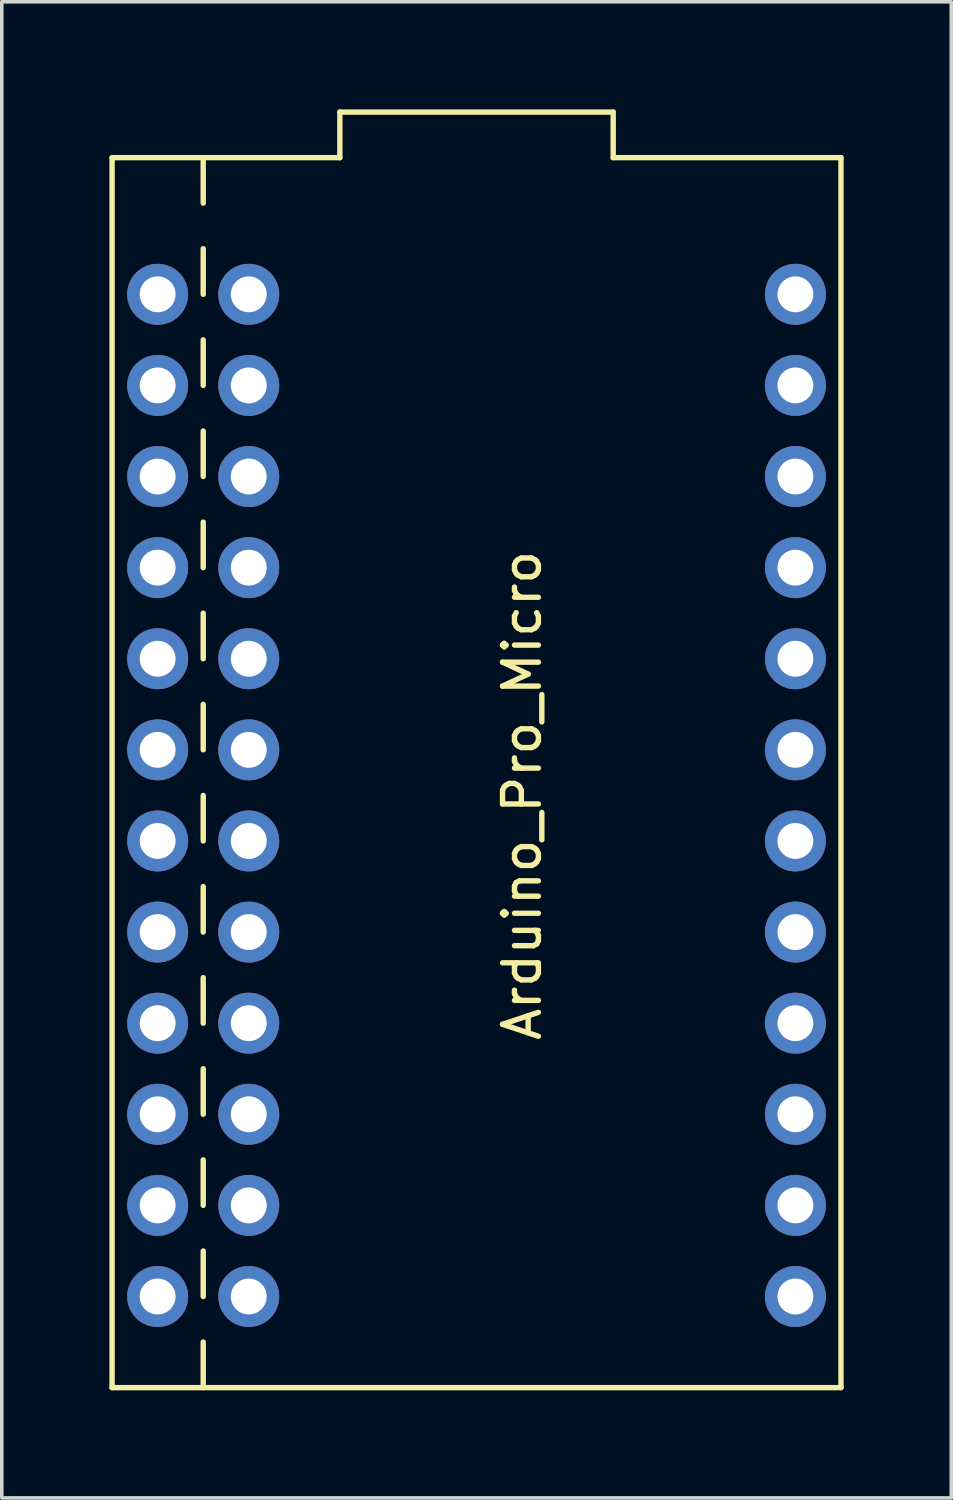
<source format=kicad_pcb>
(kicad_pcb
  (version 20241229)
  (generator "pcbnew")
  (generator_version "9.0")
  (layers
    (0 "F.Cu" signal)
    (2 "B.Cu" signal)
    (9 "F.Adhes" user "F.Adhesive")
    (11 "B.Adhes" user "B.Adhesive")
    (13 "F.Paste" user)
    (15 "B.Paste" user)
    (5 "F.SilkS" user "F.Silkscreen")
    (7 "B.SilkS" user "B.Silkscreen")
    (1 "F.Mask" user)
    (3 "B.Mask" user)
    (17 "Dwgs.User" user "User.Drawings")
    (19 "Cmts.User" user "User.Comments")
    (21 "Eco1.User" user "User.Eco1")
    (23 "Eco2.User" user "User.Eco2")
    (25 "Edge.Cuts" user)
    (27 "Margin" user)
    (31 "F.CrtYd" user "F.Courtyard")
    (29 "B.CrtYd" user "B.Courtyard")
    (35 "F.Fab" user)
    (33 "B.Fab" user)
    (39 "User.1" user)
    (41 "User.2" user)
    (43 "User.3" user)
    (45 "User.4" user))
  (footprint "Arduino_Pro_Micro"
    (layer "F.Cu")
    (at 10.235 19.125)
    (property "Reference" "Arduino_Pro_Micro" (at 1.27 0 90) (layer "F.SilkS") (effects (font (size 1 1) (thickness 0.15))))
    (attr through_hole)
    (fp_line (start -10.16 -17.78) (end -10.16 16.51) (stroke (width 0.15) (type solid)) (layer "F.SilkS"))
    (fp_line (start -10.16 -17.78) (end -3.81 -17.78) (stroke (width 0.15) (type solid)) (layer "F.SilkS"))
    (fp_line (start -10.16 16.51) (end 10.16 16.51) (stroke (width 0.15) (type solid)) (layer "F.SilkS"))
    (fp_line (start -7.62 -17.78) (end -7.62 -16.51) (stroke (width 0.15) (type solid)) (layer "F.SilkS"))
    (fp_line (start -7.62 -15.24) (end -7.62 -13.97) (stroke (width 0.15) (type solid)) (layer "F.SilkS"))
    (fp_line (start -7.62 -12.7) (end -7.62 -11.43) (stroke (width 0.15) (type solid)) (layer "F.SilkS"))
    (fp_line (start -7.62 -10.16) (end -7.62 -8.89) (stroke (width 0.15) (type solid)) (layer "F.SilkS"))
    (fp_line (start -7.62 -7.62) (end -7.62 -6.35) (stroke (width 0.15) (type solid)) (layer "F.SilkS"))
    (fp_line (start -7.62 -5.08) (end -7.62 -3.81) (stroke (width 0.15) (type solid)) (layer "F.SilkS"))
    (fp_line (start -7.62 -2.54) (end -7.62 -1.27) (stroke (width 0.15) (type solid)) (layer "F.SilkS"))
    (fp_line (start -7.62 0) (end -7.62 1.27) (stroke (width 0.15) (type solid)) (layer "F.SilkS"))
    (fp_line (start -7.62 2.54) (end -7.62 3.81) (stroke (width 0.15) (type solid)) (layer "F.SilkS"))
    (fp_line (start -7.62 5.08) (end -7.62 6.35) (stroke (width 0.15) (type solid)) (layer "F.SilkS"))
    (fp_line (start -7.62 7.62) (end -7.62 8.89) (stroke (width 0.15) (type solid)) (layer "F.SilkS"))
    (fp_line (start -7.62 10.16) (end -7.62 11.43) (stroke (width 0.15) (type solid)) (layer "F.SilkS"))
    (fp_line (start -7.62 12.7) (end -7.62 13.97) (stroke (width 0.15) (type solid)) (layer "F.SilkS"))
    (fp_line (start -7.62 15.24) (end -7.62 16.51) (stroke (width 0.15) (type solid)) (layer "F.SilkS"))
    (fp_line (start -3.81 -19.05) (end 3.81 -19.05) (stroke (width 0.15) (type solid)) (layer "F.SilkS"))
    (fp_line (start -3.81 -17.78) (end -3.81 -19.05) (stroke (width 0.15) (type solid)) (layer "F.SilkS"))
    (fp_line (start 3.81 -19.05) (end 3.81 -17.78) (stroke (width 0.15) (type solid)) (layer "F.SilkS"))
    (fp_line (start 3.81 -17.78) (end 10.16 -17.78) (stroke (width 0.15) (type solid)) (layer "F.SilkS"))
    (fp_line (start 10.16 16.51) (end 10.16 -17.78) (stroke (width 0.15) (type solid)) (layer "F.SilkS"))
    (pad "1" thru_hole circle (at -8.89 -13.97) (size 1.7 1.7) (drill 1) (layers "*.Cu" "*.Mask"))
    (pad "1" thru_hole circle (at -6.35 -13.97) (size 1.7 1.7) (drill 1) (layers "*.Cu" "*.Mask"))
    (pad "2" thru_hole circle (at -8.89 -11.43) (size 1.7 1.7) (drill 1) (layers "*.Cu" "*.Mask"))
    (pad "2" thru_hole circle (at -6.35 -11.43) (size 1.7 1.7) (drill 1) (layers "*.Cu" "*.Mask"))
    (pad "3" thru_hole circle (at -8.89 -8.89) (size 1.7 1.7) (drill 1) (layers "*.Cu" "*.Mask"))
    (pad "3" thru_hole circle (at -6.35 -8.89) (size 1.7 1.7) (drill 1) (layers "*.Cu" "*.Mask"))
    (pad "4" thru_hole circle (at -8.89 -6.35) (size 1.7 1.7) (drill 1) (layers "*.Cu" "*.Mask"))
    (pad "4" thru_hole circle (at -6.35 -6.35) (size 1.7 1.7) (drill 1) (layers "*.Cu" "*.Mask"))
    (pad "5" thru_hole circle (at -8.89 -3.81) (size 1.7 1.7) (drill 1) (layers "*.Cu" "*.Mask"))
    (pad "5" thru_hole circle (at -6.35 -3.81) (size 1.7 1.7) (drill 1) (layers "*.Cu" "*.Mask"))
    (pad "6" thru_hole circle (at -8.89 -1.27) (size 1.7 1.7) (drill 1) (layers "*.Cu" "*.Mask"))
    (pad "6" thru_hole circle (at -6.35 -1.27) (size 1.7 1.7) (drill 1) (layers "*.Cu" "*.Mask"))
    (pad "7" thru_hole circle (at -8.89 1.27) (size 1.7 1.7) (drill 1) (layers "*.Cu" "*.Mask"))
    (pad "7" thru_hole circle (at -6.35 1.27) (size 1.7 1.7) (drill 1) (layers "*.Cu" "*.Mask"))
    (pad "8" thru_hole circle (at -8.89 3.81) (size 1.7 1.7) (drill 1) (layers "*.Cu" "*.Mask"))
    (pad "8" thru_hole circle (at -6.35 3.81) (size 1.7 1.7) (drill 1) (layers "*.Cu" "*.Mask"))
    (pad "9" thru_hole circle (at -8.89 6.35) (size 1.7 1.7) (drill 1) (layers "*.Cu" "*.Mask"))
    (pad "9" thru_hole circle (at -6.35 6.35) (size 1.7 1.7) (drill 1) (layers "*.Cu" "*.Mask"))
    (pad "10" thru_hole circle (at -8.89 8.89) (size 1.7 1.7) (drill 1) (layers "*.Cu" "*.Mask"))
    (pad "10" thru_hole circle (at -6.35 8.89) (size 1.7 1.7) (drill 1) (layers "*.Cu" "*.Mask"))
    (pad "11" thru_hole circle (at -8.89 11.43) (size 1.7 1.7) (drill 1) (layers "*.Cu" "*.Mask"))
    (pad "11" thru_hole circle (at -6.35 11.43) (size 1.7 1.7) (drill 1) (layers "*.Cu" "*.Mask"))
    (pad "12" thru_hole circle (at -8.89 13.97) (size 1.7 1.7) (drill 1) (layers "*.Cu" "*.Mask"))
    (pad "12" thru_hole circle (at -6.35 13.97) (size 1.7 1.7) (drill 1) (layers "*.Cu" "*.Mask"))
    (pad "13" thru_hole circle (at 8.89 13.97) (size 1.7 1.7) (drill 1) (layers "*.Cu" "*.Mask"))
    (pad "14" thru_hole circle (at 8.89 11.43) (size 1.7 1.7) (drill 1) (layers "*.Cu" "*.Mask"))
    (pad "15" thru_hole circle (at 8.89 8.89) (size 1.7 1.7) (drill 1) (layers "*.Cu" "*.Mask"))
    (pad "16" thru_hole circle (at 8.89 6.35) (size 1.7 1.7) (drill 1) (layers "*.Cu" "*.Mask"))
    (pad "17" thru_hole circle (at 8.89 3.81) (size 1.7 1.7) (drill 1) (layers "*.Cu" "*.Mask"))
    (pad "18" thru_hole circle (at 8.89 1.27) (size 1.7 1.7) (drill 1) (layers "*.Cu" "*.Mask"))
    (pad "19" thru_hole circle (at 8.89 -1.27) (size 1.7 1.7) (drill 1) (layers "*.Cu" "*.Mask"))
    (pad "20" thru_hole circle (at 8.89 -3.81) (size 1.7 1.7) (drill 1) (layers "*.Cu" "*.Mask"))
    (pad "21" thru_hole circle (at 8.89 -6.35) (size 1.7 1.7) (drill 1) (layers "*.Cu" "*.Mask"))
    (pad "22" thru_hole circle (at 8.89 -8.89) (size 1.7 1.7) (drill 1) (layers "*.Cu" "*.Mask"))
    (pad "23" thru_hole circle (at 8.89 -11.43) (size 1.7 1.7) (drill 1) (layers "*.Cu" "*.Mask"))
    (pad "24" thru_hole circle (at 8.89 -13.97) (size 1.7 1.7) (drill 1) (layers "*.Cu" "*.Mask")))
  (gr_rect
    (start -3 -3)
    (end 23.47 38.71)
    (stroke (width 0.1) (type default))
    (fill no)
    (layer "Edge.Cuts")))
</source>
